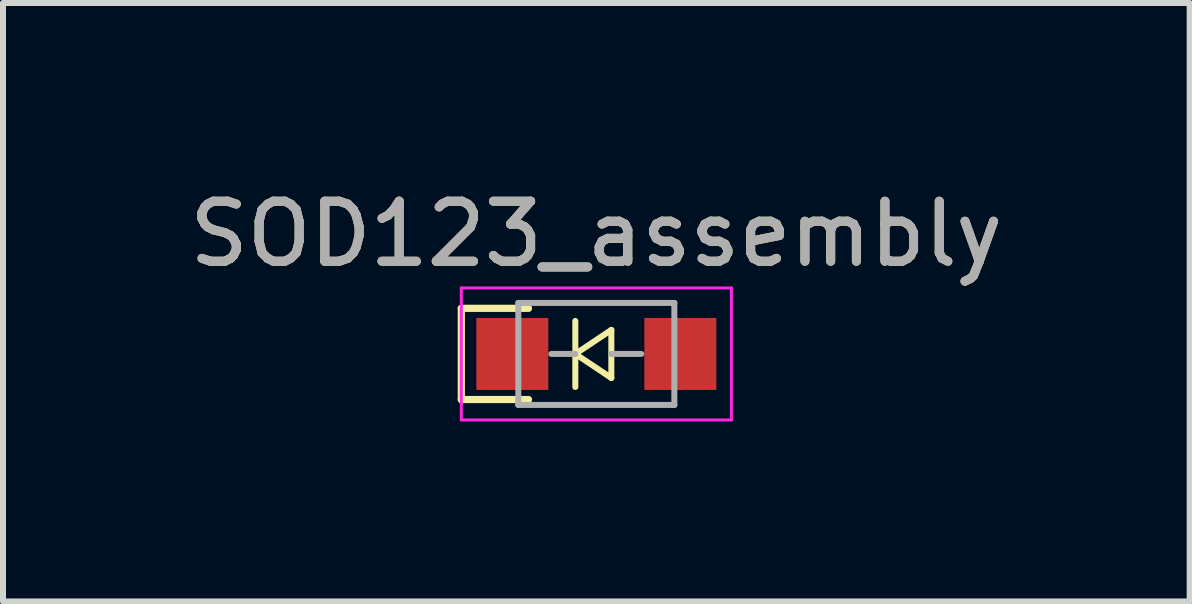
<source format=kicad_pcb>
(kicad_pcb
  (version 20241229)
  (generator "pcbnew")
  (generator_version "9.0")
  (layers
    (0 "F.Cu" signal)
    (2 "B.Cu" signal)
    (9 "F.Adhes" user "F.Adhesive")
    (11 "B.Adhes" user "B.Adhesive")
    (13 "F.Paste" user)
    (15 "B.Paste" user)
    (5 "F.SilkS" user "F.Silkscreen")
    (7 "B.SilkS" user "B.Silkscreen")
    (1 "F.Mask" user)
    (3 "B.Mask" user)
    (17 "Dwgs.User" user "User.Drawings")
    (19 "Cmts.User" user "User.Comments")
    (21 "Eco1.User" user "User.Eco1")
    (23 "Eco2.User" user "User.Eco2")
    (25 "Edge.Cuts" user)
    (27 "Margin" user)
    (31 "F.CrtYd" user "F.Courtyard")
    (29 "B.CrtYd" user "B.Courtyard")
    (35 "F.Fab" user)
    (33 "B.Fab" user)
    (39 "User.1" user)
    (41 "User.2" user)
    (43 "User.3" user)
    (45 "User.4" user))
  (footprint "SOD123_assembly"
    (layer "F.Cu")
    (at 6.887 2.848)
    (property "Reference" "SOD123_assembly" (at 0 -2 0) (layer "F.SilkS") (effects (font (size 1 1) (thickness 0.15))))
    (attr smd)
    (fp_line (start -2.25 -0.76) (end -2.25 0.76) (stroke (width 0.12) (type solid)) (layer "F.SilkS"))
    (fp_line (start -2.25 -0.76) (end -1.13 -0.76) (stroke (width 0.12) (type solid)) (layer "F.SilkS"))
    (fp_line (start -2.25 0.76) (end -1.13 0.76) (stroke (width 0.12) (type solid)) (layer "F.SilkS"))
    (fp_line (start -0.35 -0.55) (end -0.35 0.55) (stroke (width 0.1) (type solid)) (layer "F.SilkS"))
    (fp_line (start -0.35 0) (end 0.25 -0.4) (stroke (width 0.1) (type solid)) (layer "F.SilkS"))
    (fp_line (start -0.35 0) (end 0.25 0.4) (stroke (width 0.1) (type solid)) (layer "F.SilkS"))
    (fp_line (start 0.25 -0.4) (end 0.25 0.4) (stroke (width 0.1) (type solid)) (layer "F.SilkS"))
    (fp_line (start -2.25 -1.1) (end -2.25 1.1) (stroke (width 0.05) (type solid)) (layer "F.CrtYd"))
    (fp_line (start -2.25 -1.1) (end 2.25 -1.1) (stroke (width 0.05) (type solid)) (layer "F.CrtYd"))
    (fp_line (start 2.25 -1.1) (end 2.25 1.1) (stroke (width 0.05) (type solid)) (layer "F.CrtYd"))
    (fp_line (start 2.25 1.1) (end -2.25 1.1) (stroke (width 0.05) (type solid)) (layer "F.CrtYd"))
    (fp_line (start -1.3 -0.85) (end 1.3 -0.85) (stroke (width 0.1) (type solid)) (layer "F.Fab"))
    (fp_line (start -1.3 0.85) (end -1.3 -0.85) (stroke (width 0.1) (type solid)) (layer "F.Fab"))
    (fp_line (start -0.75 0) (end -0.35 0) (stroke (width 0.1) (type solid)) (layer "F.Fab"))
    (fp_line (start 0.75 0) (end 0.25 0) (stroke (width 0.1) (type solid)) (layer "F.Fab"))
    (fp_line (start 1.3 -0.85) (end 1.3 0.85) (stroke (width 0.1) (type solid)) (layer "F.Fab"))
    (fp_line (start 1.3 0.85) (end -1.3 0.85) (stroke (width 0.1) (type solid)) (layer "F.Fab"))
    (fp_text user "${REFERENCE}" (at 0 -2 0) (layer "F.Fab") (effects (font (size 1 1) (thickness 0.15))))
    (pad "1" smd rect (at -1.4 0) (size 1.2 1.2) (layers "F.Cu" "F.Mask" "F.Paste"))
    (pad "2" smd rect (at 1.4 0) (size 1.2 1.2) (layers "F.Cu" "F.Mask" "F.Paste")))
  (gr_rect
    (start -3 -3)
    (end 16.774 6.973)
    (stroke (width 0.1) (type default))
    (fill no)
    (layer "Edge.Cuts")))
</source>
